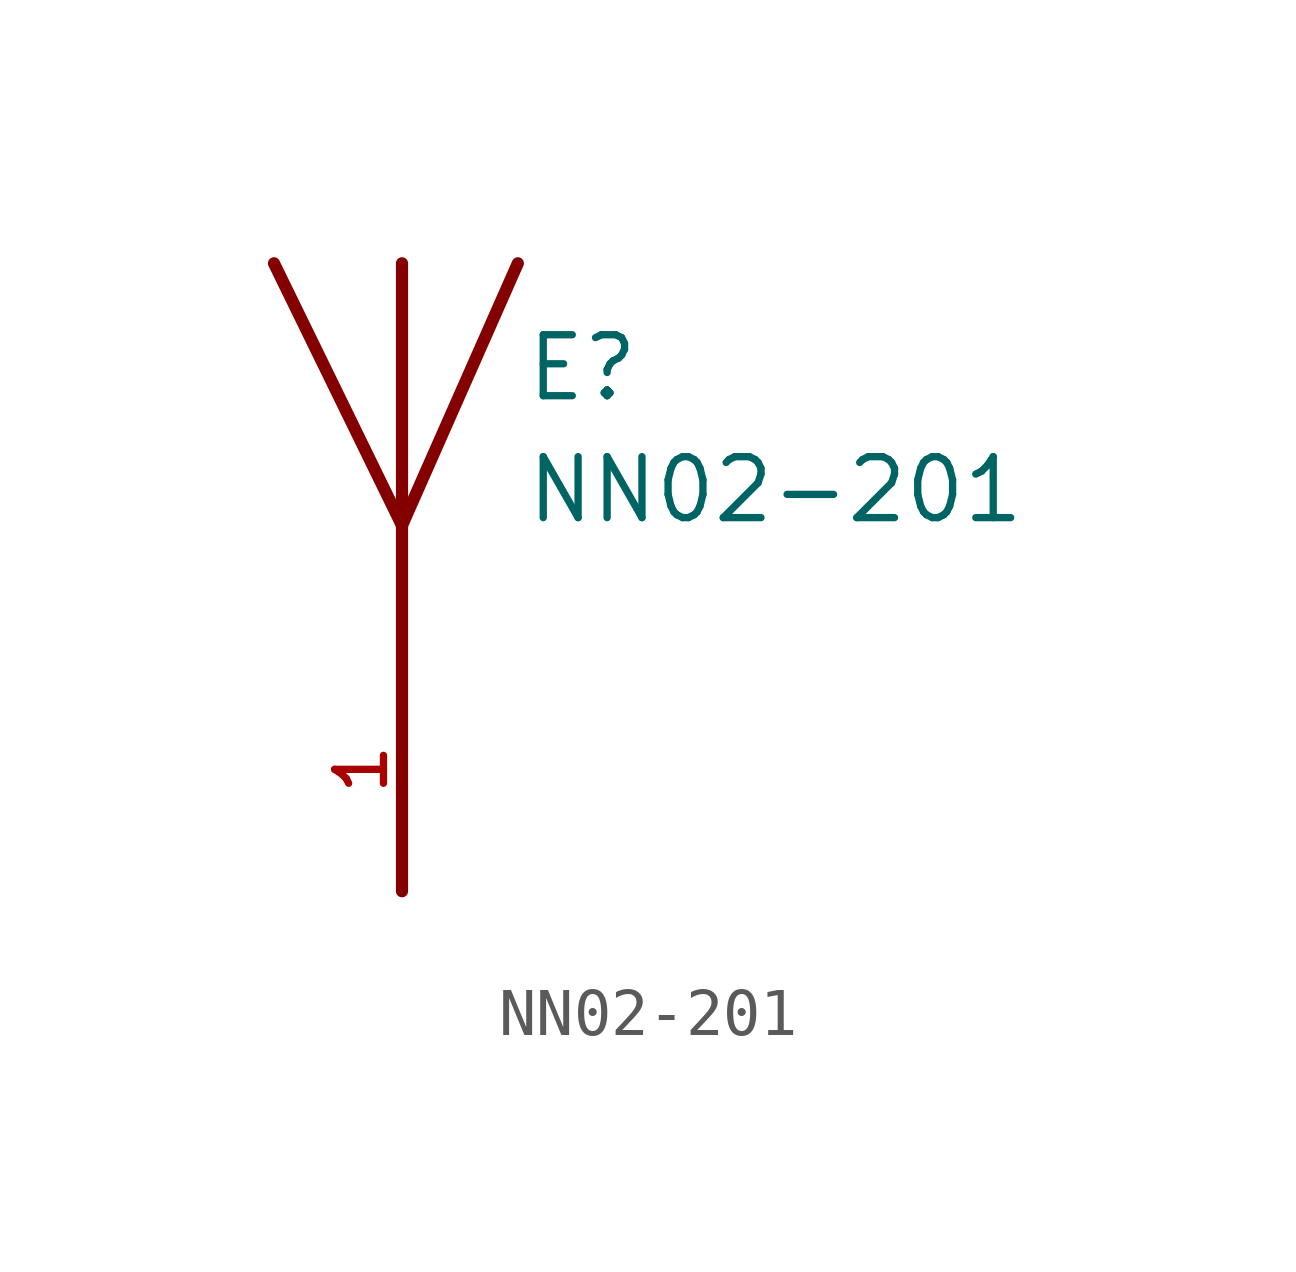
<source format=kicad_sym>
(kicad_symbol_lib
  (version 20211014)
  (generator kicad_symbol_editor)
  (symbol "NN02-201"
    (pin_names
      (offset 1.016) hide)
    (property "Reference" "E"
      (at 2.54 5.08 0)
      (effects (font (size 1.27 1.27)) (justify left bottom)))
    (property "Value" "NN02-201"
      (at 2.54 2.54 0)
      (effects (font (size 1.27 1.27)) (justify left bottom)))
    (property "ki_locked" ""
      (at 0 0 0)
      (effects (font (size 1.27 1.27))))
    (symbol "NN02-201_0_0"
      (polyline (pts (xy 0 2.54) (xy -2.667 8.001)) (stroke (width 0.254) (type default) (color 0 0 0 0)) (fill (type none)))
      (polyline (pts (xy 0 2.54) (xy 0 -5.08)) (stroke (width 0.254) (type default) (color 0 0 0 0)) (fill (type none)))
      (polyline (pts (xy 0 8.001) (xy 0 2.54)) (stroke (width 0.254) (type default) (color 0 0 0 0)) (fill (type none)))
      (polyline (pts (xy 2.413 8.001) (xy 0 2.54)) (stroke (width 0.254) (type default) (color 0 0 0 0)) (fill (type none)))
      (pin input line (at 0 -5.08 90) (length 5.08) (name "~" (effects (font (size 1.016 1.016)))) (number "1" (effects (font (size 1.016 1.016))))))))
</source>
